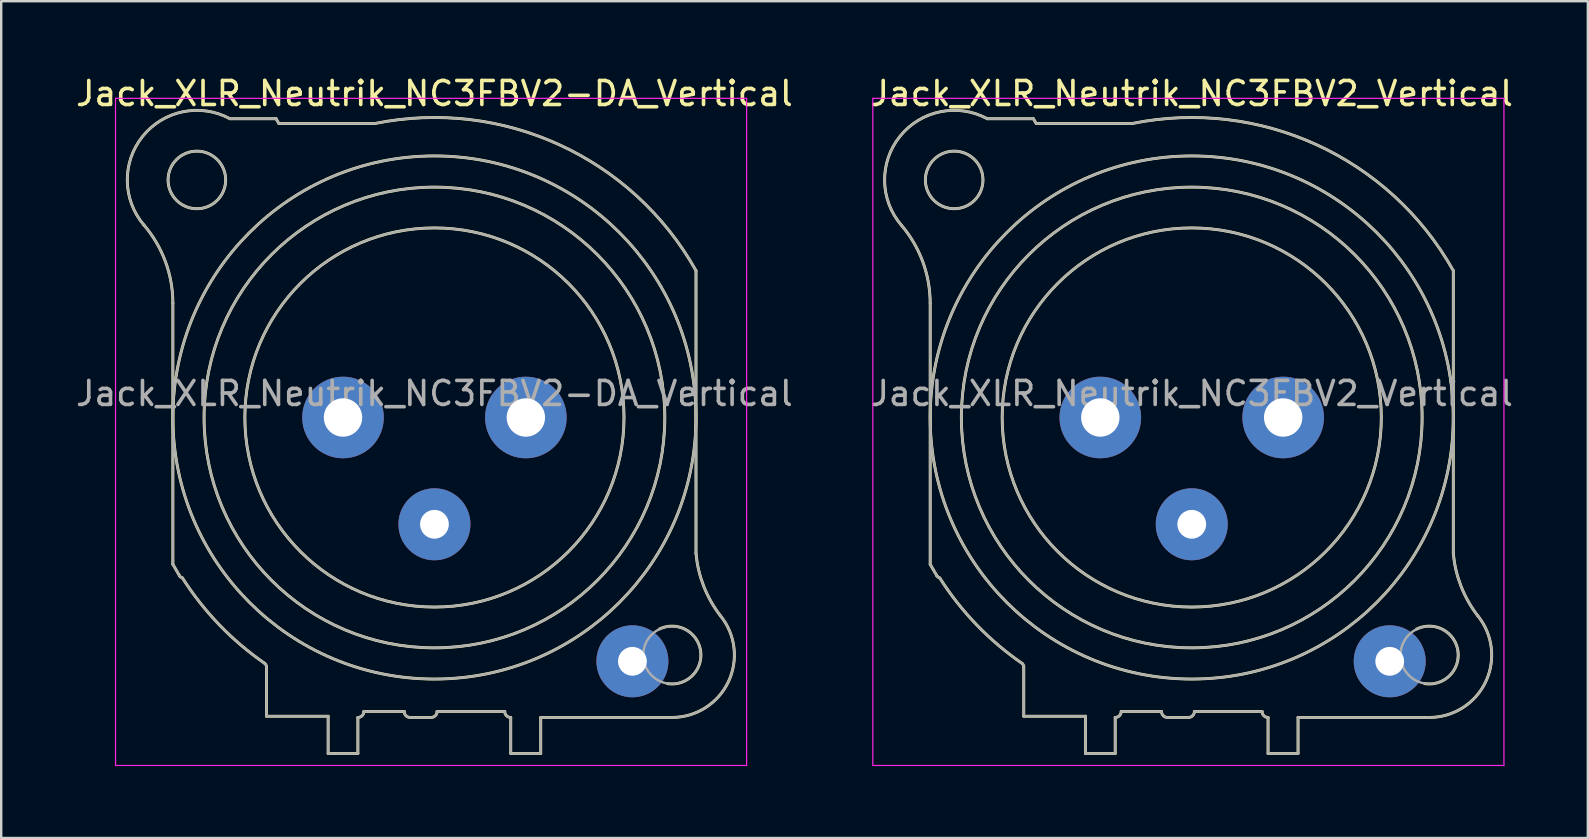
<source format=kicad_pcb>
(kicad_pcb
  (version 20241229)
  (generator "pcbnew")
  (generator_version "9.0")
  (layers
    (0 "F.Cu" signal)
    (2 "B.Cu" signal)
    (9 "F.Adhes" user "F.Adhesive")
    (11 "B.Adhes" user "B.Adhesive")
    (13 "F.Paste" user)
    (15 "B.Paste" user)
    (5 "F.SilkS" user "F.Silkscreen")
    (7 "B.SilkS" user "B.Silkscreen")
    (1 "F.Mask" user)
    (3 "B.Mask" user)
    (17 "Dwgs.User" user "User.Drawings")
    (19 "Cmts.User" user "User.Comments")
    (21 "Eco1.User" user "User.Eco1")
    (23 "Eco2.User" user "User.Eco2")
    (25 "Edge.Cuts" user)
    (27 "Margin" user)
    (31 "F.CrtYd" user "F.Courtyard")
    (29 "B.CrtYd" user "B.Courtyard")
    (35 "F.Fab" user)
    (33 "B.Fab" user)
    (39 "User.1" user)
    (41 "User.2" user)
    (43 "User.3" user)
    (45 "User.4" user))
  (footprint "Jack_XLR_Neutrik_NC3FBV2_Vertical"
    (layer "F.Cu")
    (at 50.423 14.348)
    (property "Reference" "Jack_XLR_Neutrik_NC3FBV2_Vertical" (at -3.81 -13.5 0) (layer "F.SilkS") (effects (font (size 1 1) (thickness 0.15))))
    (attr through_hole)
    (fp_line (start -14.71 -4.76) (end -14.71 6.12) (stroke (width 0.12) (type solid)) (layer "F.SilkS"))
    (fp_line (start -14.71 6.12) (end -14.43 6.6) (stroke (width 0.12) (type solid)) (layer "F.SilkS"))
    (fp_line (start -10.81 10.39) (end -10.81 12.45) (stroke (width 0.12) (type solid)) (layer "F.SilkS"))
    (fp_line (start -10.81 12.45) (end -8.24 12.45) (stroke (width 0.12) (type solid)) (layer "F.SilkS"))
    (fp_line (start -10.41 -12.45) (end -12.33 -12.45) (stroke (width 0.12) (type solid)) (layer "F.SilkS"))
    (fp_line (start -10.29 -12.25) (end -10.41 -12.45) (stroke (width 0.12) (type solid)) (layer "F.SilkS"))
    (fp_line (start -8.24 12.45) (end -8.24 14) (stroke (width 0.12) (type solid)) (layer "F.SilkS"))
    (fp_line (start -7 14) (end -8.24 14) (stroke (width 0.12) (type solid)) (layer "F.SilkS"))
    (fp_line (start -7 14) (end -7 12.5) (stroke (width 0.12) (type solid)) (layer "F.SilkS"))
    (fp_line (start -6.75 12.25) (end -5.07 12.25) (stroke (width 0.12) (type solid)) (layer "F.SilkS"))
    (fp_line (start -6.3 -12.25) (end -10.29 -12.25) (stroke (width 0.12) (type solid)) (layer "F.SilkS"))
    (fp_line (start -4.82 12.5) (end -3.95 12.5) (stroke (width 0.12) (type solid)) (layer "F.SilkS"))
    (fp_line (start -3.7 12.25) (end -0.88 12.25) (stroke (width 0.12) (type solid)) (layer "F.SilkS"))
    (fp_line (start -0.63 12.5) (end -0.63 14) (stroke (width 0.12) (type solid)) (layer "F.SilkS"))
    (fp_line (start 0.62 12.5) (end 6.09 12.5) (stroke (width 0.12) (type solid)) (layer "F.SilkS"))
    (fp_line (start 0.62 14) (end -0.63 14) (stroke (width 0.12) (type solid)) (layer "F.SilkS"))
    (fp_line (start 0.62 14) (end 0.62 12.5) (stroke (width 0.12) (type solid)) (layer "F.SilkS"))
    (fp_line (start 7.09 5.67) (end 7.09 -6.12) (stroke (width 0.12) (type solid)) (layer "F.SilkS"))
    (fp_arc (start -15.916051 -8.020379) (mid -15.021177 -6.498148) (end -14.71 -4.76) (stroke (width 0.12) (type solid)) (layer "F.SilkS"))
    (fp_arc (start -15.908884 -8.010077) (mid -15.967404 -11.719623) (end -12.33 -12.45) (stroke (width 0.12) (type solid)) (layer "F.SilkS"))
    (fp_arc (start -14.313753 6.685219) (mid -14.379716 6.653303) (end -14.43 6.6) (stroke (width 0.12) (type solid)) (layer "F.SilkS"))
    (fp_arc (start -10.879208 10.248532) (mid -12.772983 8.641241) (end -14.31 6.69) (stroke (width 0.12) (type solid)) (layer "F.SilkS"))
    (fp_arc (start -10.874359 10.252686) (mid -10.828679 10.315015) (end -10.81 10.39) (stroke (width 0.12) (type solid)) (layer "F.SilkS"))
    (fp_arc (start -6.75 12.25) (mid -6.823223 12.426777) (end -7 12.5) (stroke (width 0.12) (type solid)) (layer "F.SilkS"))
    (fp_arc (start -6.283571 -12.253402) (mid 1.401126 -11.362596) (end 7.09 -6.12) (stroke (width 0.12) (type solid)) (layer "F.SilkS"))
    (fp_arc (start -4.82 12.5) (mid -4.996777 12.426777) (end -5.07 12.25) (stroke (width 0.12) (type solid)) (layer "F.SilkS"))
    (fp_arc (start -3.7 12.25) (mid -3.773223 12.426777) (end -3.95 12.5) (stroke (width 0.12) (type solid)) (layer "F.SilkS"))
    (fp_arc (start -0.63 12.5) (mid -0.806777 12.426777) (end -0.88 12.25) (stroke (width 0.12) (type solid)) (layer "F.SilkS"))
    (fp_arc (start 5.563083 8.81623) (mid 7.282057 9.723366) (end 5.9 11.09) (stroke (width 0.12) (type solid)) (layer "F.SilkS"))
    (fp_arc (start 8.110579 8.263767) (mid 8.436721 11.019329) (end 6.09 12.5) (stroke (width 0.12) (type solid)) (layer "F.SilkS"))
    (fp_arc (start 8.111727 8.266808) (mid 7.416073 7.041111) (end 7.09 5.67) (stroke (width 0.12) (type solid)) (layer "F.SilkS"))
    (fp_circle (center -13.71 -9.9) (end -12.51 -9.9) (stroke (width 0.12) (type solid)) (fill no) (layer "F.SilkS"))
    (fp_circle (center -3.81 0) (end 4.09 0) (stroke (width 0.12) (type solid)) (fill no) (layer "F.SilkS"))
    (fp_circle (center -3.81 0) (end 5.79 0) (stroke (width 0.12) (type solid)) (fill no) (layer "F.SilkS"))
    (fp_circle (center -3.81 0) (end 7.09 0) (stroke (width 0.12) (type solid)) (fill no) (layer "F.SilkS"))
    (fp_line (start -17.1 -13.3) (end 9.2 -13.3) (stroke (width 0.05) (type solid)) (layer "F.CrtYd"))
    (fp_line (start -17.1 14.5) (end -17.1 -13.3) (stroke (width 0.05) (type solid)) (layer "F.CrtYd"))
    (fp_line (start 9.2 -13.3) (end 9.2 14.5) (stroke (width 0.05) (type solid)) (layer "F.CrtYd"))
    (fp_line (start 9.2 14.5) (end -17.1 14.5) (stroke (width 0.05) (type solid)) (layer "F.CrtYd"))
    (fp_line (start -14.71 -4.76) (end -14.71 6.12) (stroke (width 0.1) (type solid)) (layer "F.Fab"))
    (fp_line (start -14.71 6.12) (end -14.43 6.6) (stroke (width 0.1) (type solid)) (layer "F.Fab"))
    (fp_line (start -10.81 10.39) (end -10.81 12.45) (stroke (width 0.1) (type solid)) (layer "F.Fab"))
    (fp_line (start -10.81 12.45) (end -8.24 12.45) (stroke (width 0.1) (type solid)) (layer "F.Fab"))
    (fp_line (start -10.41 -12.45) (end -12.33 -12.45) (stroke (width 0.1) (type solid)) (layer "F.Fab"))
    (fp_line (start -10.29 -12.25) (end -10.41 -12.45) (stroke (width 0.1) (type solid)) (layer "F.Fab"))
    (fp_line (start -8.24 12.45) (end -8.24 14) (stroke (width 0.1) (type solid)) (layer "F.Fab"))
    (fp_line (start -7 14) (end -8.24 14) (stroke (width 0.1) (type solid)) (layer "F.Fab"))
    (fp_line (start -7 14) (end -7 12.5) (stroke (width 0.1) (type solid)) (layer "F.Fab"))
    (fp_line (start -6.75 12.25) (end -5.07 12.25) (stroke (width 0.1) (type solid)) (layer "F.Fab"))
    (fp_line (start -6.3 -12.25) (end -10.29 -12.25) (stroke (width 0.1) (type solid)) (layer "F.Fab"))
    (fp_line (start -4.82 12.5) (end -3.95 12.5) (stroke (width 0.1) (type solid)) (layer "F.Fab"))
    (fp_line (start -3.7 12.25) (end -0.88 12.25) (stroke (width 0.1) (type solid)) (layer "F.Fab"))
    (fp_line (start -0.63 12.5) (end -0.63 14) (stroke (width 0.1) (type solid)) (layer "F.Fab"))
    (fp_line (start 0.62 12.5) (end 6.09 12.5) (stroke (width 0.1) (type solid)) (layer "F.Fab"))
    (fp_line (start 0.62 14) (end -0.63 14) (stroke (width 0.1) (type solid)) (layer "F.Fab"))
    (fp_line (start 0.62 14) (end 0.62 12.5) (stroke (width 0.1) (type solid)) (layer "F.Fab"))
    (fp_line (start 7.09 5.67) (end 7.09 -6.12) (stroke (width 0.1) (type solid)) (layer "F.Fab"))
    (fp_arc (start -15.916051 -8.020379) (mid -15.021177 -6.498148) (end -14.71 -4.76) (stroke (width 0.1) (type solid)) (layer "F.Fab"))
    (fp_arc (start -15.908884 -8.010077) (mid -15.967404 -11.719623) (end -12.33 -12.45) (stroke (width 0.1) (type solid)) (layer "F.Fab"))
    (fp_arc (start -14.313753 6.685219) (mid -14.379716 6.653303) (end -14.43 6.6) (stroke (width 0.1) (type solid)) (layer "F.Fab"))
    (fp_arc (start -10.879208 10.248532) (mid -12.772983 8.641241) (end -14.31 6.69) (stroke (width 0.1) (type solid)) (layer "F.Fab"))
    (fp_arc (start -10.874359 10.252686) (mid -10.828679 10.315015) (end -10.81 10.39) (stroke (width 0.1) (type solid)) (layer "F.Fab"))
    (fp_arc (start -6.75 12.25) (mid -6.823223 12.426777) (end -7 12.5) (stroke (width 0.1) (type solid)) (layer "F.Fab"))
    (fp_arc (start -6.283571 -12.253402) (mid 1.401126 -11.362596) (end 7.09 -6.12) (stroke (width 0.1) (type solid)) (layer "F.Fab"))
    (fp_arc (start -4.82 12.5) (mid -4.996777 12.426777) (end -5.07 12.25) (stroke (width 0.1) (type solid)) (layer "F.Fab"))
    (fp_arc (start -3.7 12.25) (mid -3.773223 12.426777) (end -3.95 12.5) (stroke (width 0.1) (type solid)) (layer "F.Fab"))
    (fp_arc (start -0.63 12.5) (mid -0.806777 12.426777) (end -0.88 12.25) (stroke (width 0.1) (type solid)) (layer "F.Fab"))
    (fp_arc (start 8.110579 8.263767) (mid 8.436721 11.019329) (end 6.09 12.5) (stroke (width 0.1) (type solid)) (layer "F.Fab"))
    (fp_arc (start 8.111727 8.266808) (mid 7.416073 7.041111) (end 7.09 5.67) (stroke (width 0.1) (type solid)) (layer "F.Fab"))
    (fp_circle (center -13.71 -9.9) (end -12.51 -9.9) (stroke (width 0.1) (type solid)) (fill no) (layer "F.Fab"))
    (fp_circle (center -3.81 0) (end 4.09 0) (stroke (width 0.1) (type solid)) (fill no) (layer "F.Fab"))
    (fp_circle (center -3.81 0) (end 5.79 0) (stroke (width 0.1) (type solid)) (fill no) (layer "F.Fab"))
    (fp_circle (center -3.81 0) (end 7.09 0) (stroke (width 0.1) (type solid)) (fill no) (layer "F.Fab"))
    (fp_circle (center 6.09 9.9) (end 7.29 9.9) (stroke (width 0.1) (type solid)) (fill no) (layer "F.Fab"))
    (fp_text user "${REFERENCE}" (at -3.81 -1 0) (layer "F.Fab") (effects (font (size 1 1) (thickness 0.15))))
    (pad "1" thru_hole circle (at 0 0) (size 3.4 3.4) (drill 1.6) (layers "*.Cu" "*.Mask"))
    (pad "2" thru_hole circle (at -7.62 0) (size 3.4 3.4) (drill 1.6) (layers "*.Cu" "*.Mask"))
    (pad "3" thru_hole circle (at -3.81 4.45) (size 3 3) (drill 1.2) (layers "*.Cu" "*.Mask"))
    (pad "G" thru_hole circle (at 4.44 10.16) (size 3 3) (drill 1.2) (layers "*.Cu" "*.Mask")))
  (footprint "Jack_XLR_Neutrik_NC3FBV2-DA_Vertical"
    (layer "F.Cu")
    (at 18.864 14.348)
    (property "Reference" "Jack_XLR_Neutrik_NC3FBV2-DA_Vertical" (at -3.81 -13.5 0) (layer "F.SilkS") (effects (font (size 1 1) (thickness 0.15))))
    (attr through_hole)
    (fp_line (start -14.71 -4.76) (end -14.71 6.12) (stroke (width 0.12) (type solid)) (layer "F.SilkS"))
    (fp_line (start -14.71 6.12) (end -14.43 6.6) (stroke (width 0.12) (type solid)) (layer "F.SilkS"))
    (fp_line (start -10.81 10.39) (end -10.81 12.45) (stroke (width 0.12) (type solid)) (layer "F.SilkS"))
    (fp_line (start -10.81 12.45) (end -8.24 12.45) (stroke (width 0.12) (type solid)) (layer "F.SilkS"))
    (fp_line (start -10.41 -12.45) (end -12.33 -12.45) (stroke (width 0.12) (type solid)) (layer "F.SilkS"))
    (fp_line (start -10.29 -12.25) (end -10.41 -12.45) (stroke (width 0.12) (type solid)) (layer "F.SilkS"))
    (fp_line (start -8.24 12.45) (end -8.24 14) (stroke (width 0.12) (type solid)) (layer "F.SilkS"))
    (fp_line (start -7 14) (end -8.24 14) (stroke (width 0.12) (type solid)) (layer "F.SilkS"))
    (fp_line (start -7 14) (end -7 12.5) (stroke (width 0.12) (type solid)) (layer "F.SilkS"))
    (fp_line (start -6.75 12.25) (end -5.07 12.25) (stroke (width 0.12) (type solid)) (layer "F.SilkS"))
    (fp_line (start -6.3 -12.25) (end -10.29 -12.25) (stroke (width 0.12) (type solid)) (layer "F.SilkS"))
    (fp_line (start -4.82 12.5) (end -3.95 12.5) (stroke (width 0.12) (type solid)) (layer "F.SilkS"))
    (fp_line (start -3.7 12.25) (end -0.88 12.25) (stroke (width 0.12) (type solid)) (layer "F.SilkS"))
    (fp_line (start -0.63 12.5) (end -0.63 14) (stroke (width 0.12) (type solid)) (layer "F.SilkS"))
    (fp_line (start 0.62 12.5) (end 6.09 12.5) (stroke (width 0.12) (type solid)) (layer "F.SilkS"))
    (fp_line (start 0.62 14) (end -0.63 14) (stroke (width 0.12) (type solid)) (layer "F.SilkS"))
    (fp_line (start 0.62 14) (end 0.62 12.5) (stroke (width 0.12) (type solid)) (layer "F.SilkS"))
    (fp_line (start 7.09 5.67) (end 7.09 -6.12) (stroke (width 0.12) (type solid)) (layer "F.SilkS"))
    (fp_arc (start -15.916051 -8.020379) (mid -15.021177 -6.498148) (end -14.71 -4.76) (stroke (width 0.12) (type solid)) (layer "F.SilkS"))
    (fp_arc (start -15.908884 -8.010077) (mid -15.967404 -11.719623) (end -12.33 -12.45) (stroke (width 0.12) (type solid)) (layer "F.SilkS"))
    (fp_arc (start -14.313753 6.685219) (mid -14.379716 6.653303) (end -14.43 6.6) (stroke (width 0.12) (type solid)) (layer "F.SilkS"))
    (fp_arc (start -10.879208 10.248532) (mid -12.772983 8.641241) (end -14.31 6.69) (stroke (width 0.12) (type solid)) (layer "F.SilkS"))
    (fp_arc (start -10.874359 10.252686) (mid -10.828679 10.315015) (end -10.81 10.39) (stroke (width 0.12) (type solid)) (layer "F.SilkS"))
    (fp_arc (start -6.75 12.25) (mid -6.823223 12.426777) (end -7 12.5) (stroke (width 0.12) (type solid)) (layer "F.SilkS"))
    (fp_arc (start -6.283571 -12.253402) (mid 1.401126 -11.362596) (end 7.09 -6.12) (stroke (width 0.12) (type solid)) (layer "F.SilkS"))
    (fp_arc (start -4.82 12.5) (mid -4.996777 12.426777) (end -5.07 12.25) (stroke (width 0.12) (type solid)) (layer "F.SilkS"))
    (fp_arc (start -3.7 12.25) (mid -3.773223 12.426777) (end -3.95 12.5) (stroke (width 0.12) (type solid)) (layer "F.SilkS"))
    (fp_arc (start -0.63 12.5) (mid -0.806777 12.426777) (end -0.88 12.25) (stroke (width 0.12) (type solid)) (layer "F.SilkS"))
    (fp_arc (start 5.563083 8.81623) (mid 7.282057 9.723366) (end 5.9 11.09) (stroke (width 0.12) (type solid)) (layer "F.SilkS"))
    (fp_arc (start 8.110579 8.263767) (mid 8.436721 11.019329) (end 6.09 12.5) (stroke (width 0.12) (type solid)) (layer "F.SilkS"))
    (fp_arc (start 8.111727 8.266808) (mid 7.416073 7.041111) (end 7.09 5.67) (stroke (width 0.12) (type solid)) (layer "F.SilkS"))
    (fp_circle (center -13.71 -9.9) (end -12.51 -9.9) (stroke (width 0.12) (type solid)) (fill no) (layer "F.SilkS"))
    (fp_circle (center -3.81 0) (end 4.09 0) (stroke (width 0.12) (type solid)) (fill no) (layer "F.SilkS"))
    (fp_circle (center -3.81 0) (end 5.79 0) (stroke (width 0.12) (type solid)) (fill no) (layer "F.SilkS"))
    (fp_circle (center -3.81 0) (end 7.09 0) (stroke (width 0.12) (type solid)) (fill no) (layer "F.SilkS"))
    (fp_line (start -17.1 -13.3) (end 9.2 -13.3) (stroke (width 0.05) (type solid)) (layer "F.CrtYd"))
    (fp_line (start -17.1 14.5) (end -17.1 -13.3) (stroke (width 0.05) (type solid)) (layer "F.CrtYd"))
    (fp_line (start 9.2 -13.3) (end 9.2 14.5) (stroke (width 0.05) (type solid)) (layer "F.CrtYd"))
    (fp_line (start 9.2 14.5) (end -17.1 14.5) (stroke (width 0.05) (type solid)) (layer "F.CrtYd"))
    (fp_line (start -14.71 -4.76) (end -14.71 6.12) (stroke (width 0.1) (type solid)) (layer "F.Fab"))
    (fp_line (start -14.71 6.12) (end -14.43 6.6) (stroke (width 0.1) (type solid)) (layer "F.Fab"))
    (fp_line (start -10.81 10.39) (end -10.81 12.45) (stroke (width 0.1) (type solid)) (layer "F.Fab"))
    (fp_line (start -10.81 12.45) (end -8.24 12.45) (stroke (width 0.1) (type solid)) (layer "F.Fab"))
    (fp_line (start -10.41 -12.45) (end -12.33 -12.45) (stroke (width 0.1) (type solid)) (layer "F.Fab"))
    (fp_line (start -10.29 -12.25) (end -10.41 -12.45) (stroke (width 0.1) (type solid)) (layer "F.Fab"))
    (fp_line (start -8.24 12.45) (end -8.24 14) (stroke (width 0.1) (type solid)) (layer "F.Fab"))
    (fp_line (start -7 14) (end -8.24 14) (stroke (width 0.1) (type solid)) (layer "F.Fab"))
    (fp_line (start -7 14) (end -7 12.5) (stroke (width 0.1) (type solid)) (layer "F.Fab"))
    (fp_line (start -6.75 12.25) (end -5.07 12.25) (stroke (width 0.1) (type solid)) (layer "F.Fab"))
    (fp_line (start -6.3 -12.25) (end -10.29 -12.25) (stroke (width 0.1) (type solid)) (layer "F.Fab"))
    (fp_line (start -4.82 12.5) (end -3.95 12.5) (stroke (width 0.1) (type solid)) (layer "F.Fab"))
    (fp_line (start -3.7 12.25) (end -0.88 12.25) (stroke (width 0.1) (type solid)) (layer "F.Fab"))
    (fp_line (start -0.63 12.5) (end -0.63 14) (stroke (width 0.1) (type solid)) (layer "F.Fab"))
    (fp_line (start 0.62 12.5) (end 6.09 12.5) (stroke (width 0.1) (type solid)) (layer "F.Fab"))
    (fp_line (start 0.62 14) (end -0.63 14) (stroke (width 0.1) (type solid)) (layer "F.Fab"))
    (fp_line (start 0.62 14) (end 0.62 12.5) (stroke (width 0.1) (type solid)) (layer "F.Fab"))
    (fp_line (start 7.09 5.67) (end 7.09 -6.12) (stroke (width 0.1) (type solid)) (layer "F.Fab"))
    (fp_arc (start -15.916051 -8.020379) (mid -15.021177 -6.498148) (end -14.71 -4.76) (stroke (width 0.1) (type solid)) (layer "F.Fab"))
    (fp_arc (start -15.908884 -8.010077) (mid -15.967404 -11.719623) (end -12.33 -12.45) (stroke (width 0.1) (type solid)) (layer "F.Fab"))
    (fp_arc (start -14.313753 6.685219) (mid -14.379716 6.653303) (end -14.43 6.6) (stroke (width 0.1) (type solid)) (layer "F.Fab"))
    (fp_arc (start -10.879208 10.248532) (mid -12.772983 8.641241) (end -14.31 6.69) (stroke (width 0.1) (type solid)) (layer "F.Fab"))
    (fp_arc (start -10.874359 10.252686) (mid -10.828679 10.315015) (end -10.81 10.39) (stroke (width 0.1) (type solid)) (layer "F.Fab"))
    (fp_arc (start -6.75 12.25) (mid -6.823223 12.426777) (end -7 12.5) (stroke (width 0.1) (type solid)) (layer "F.Fab"))
    (fp_arc (start -6.283571 -12.253402) (mid 1.401126 -11.362596) (end 7.09 -6.12) (stroke (width 0.1) (type solid)) (layer "F.Fab"))
    (fp_arc (start -4.82 12.5) (mid -4.996777 12.426777) (end -5.07 12.25) (stroke (width 0.1) (type solid)) (layer "F.Fab"))
    (fp_arc (start -3.7 12.25) (mid -3.773223 12.426777) (end -3.95 12.5) (stroke (width 0.1) (type solid)) (layer "F.Fab"))
    (fp_arc (start -0.63 12.5) (mid -0.806777 12.426777) (end -0.88 12.25) (stroke (width 0.1) (type solid)) (layer "F.Fab"))
    (fp_arc (start 8.110579 8.263767) (mid 8.436721 11.019329) (end 6.09 12.5) (stroke (width 0.1) (type solid)) (layer "F.Fab"))
    (fp_arc (start 8.111727 8.266808) (mid 7.416073 7.041111) (end 7.09 5.67) (stroke (width 0.1) (type solid)) (layer "F.Fab"))
    (fp_circle (center -13.71 -9.9) (end -12.51 -9.9) (stroke (width 0.1) (type solid)) (fill no) (layer "F.Fab"))
    (fp_circle (center -3.81 0) (end 4.09 0) (stroke (width 0.1) (type solid)) (fill no) (layer "F.Fab"))
    (fp_circle (center -3.81 0) (end 5.79 0) (stroke (width 0.1) (type solid)) (fill no) (layer "F.Fab"))
    (fp_circle (center -3.81 0) (end 7.09 0) (stroke (width 0.1) (type solid)) (fill no) (layer "F.Fab"))
    (fp_circle (center 6.09 9.9) (end 7.29 9.9) (stroke (width 0.1) (type solid)) (fill no) (layer "F.Fab"))
    (fp_text user "${REFERENCE}" (at -3.81 -1 0) (layer "F.Fab") (effects (font (size 1 1) (thickness 0.15))))
    (pad "1" thru_hole circle (at 0 0) (size 3.4 3.4) (drill 1.6) (layers "*.Cu" "*.Mask"))
    (pad "2" thru_hole circle (at -7.62 0) (size 3.4 3.4) (drill 1.6) (layers "*.Cu" "*.Mask"))
    (pad "3" thru_hole circle (at -3.81 4.45) (size 3 3) (drill 1.2) (layers "*.Cu" "*.Mask"))
    (pad "G" thru_hole circle (at 4.44 10.16) (size 3 3) (drill 1.2) (layers "*.Cu" "*.Mask")))
  (gr_rect
    (start -3 -3)
    (end 63.119 31.873)
    (stroke (width 0.1) (type default))
    (fill no)
    (layer "Edge.Cuts")))
</source>
